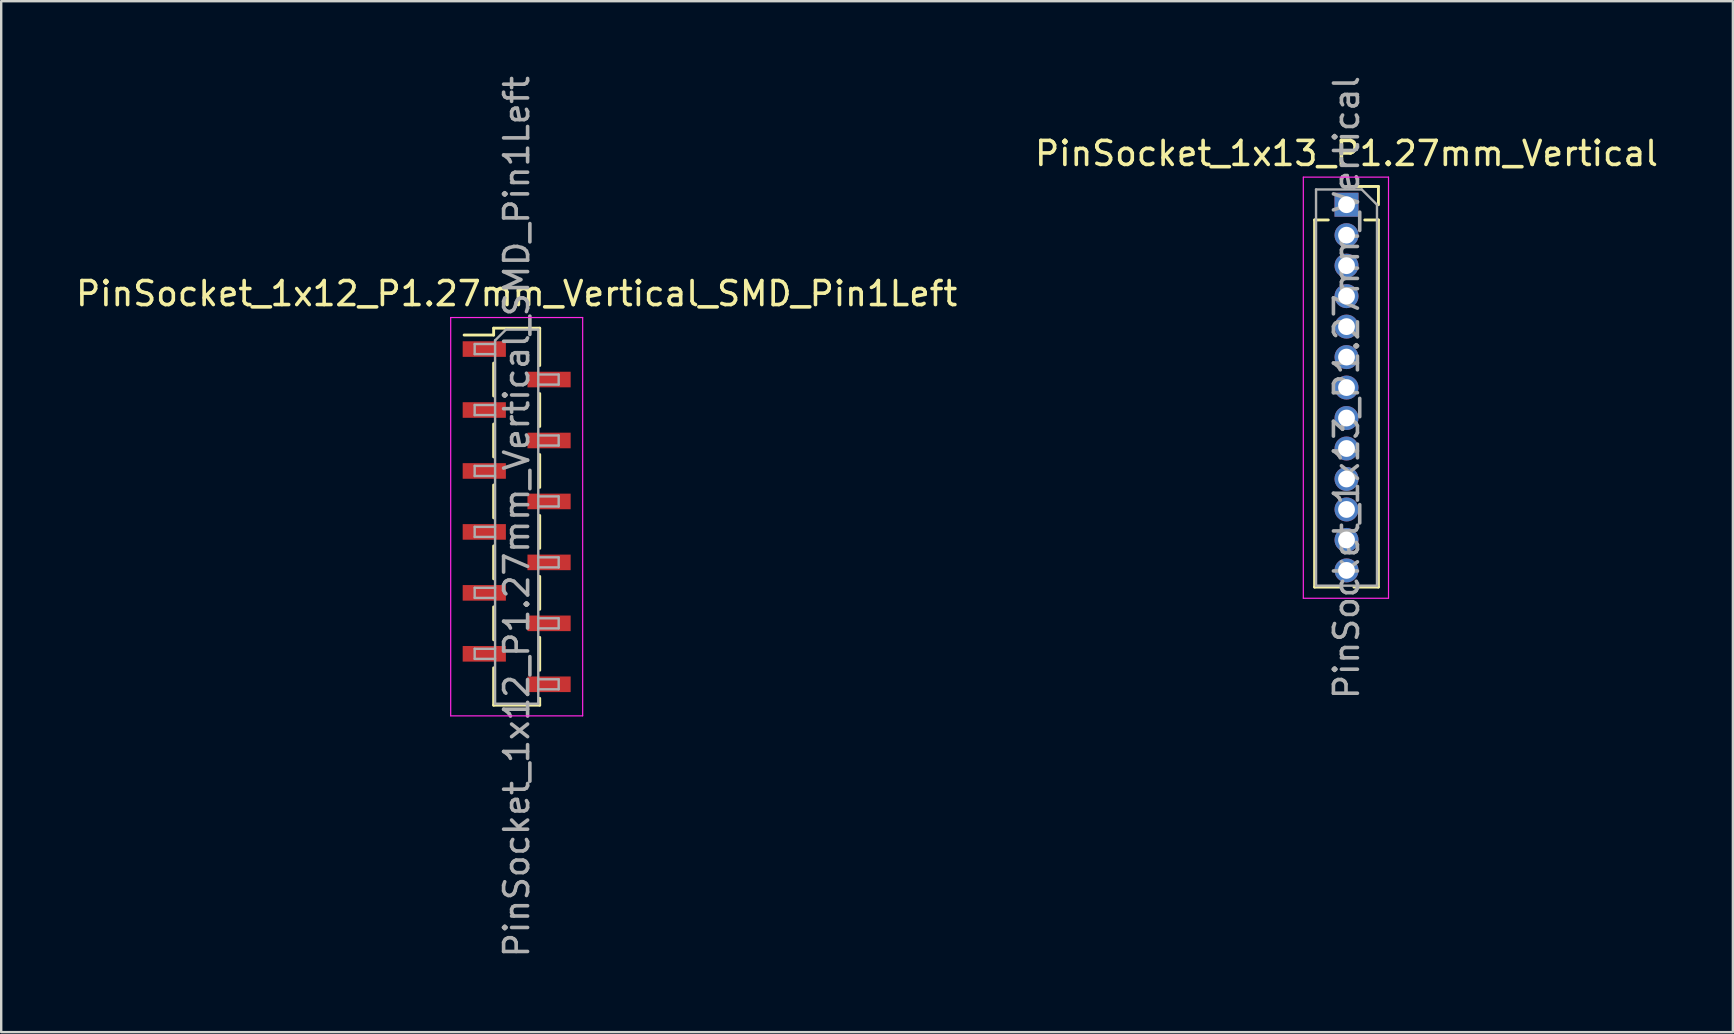
<source format=kicad_pcb>
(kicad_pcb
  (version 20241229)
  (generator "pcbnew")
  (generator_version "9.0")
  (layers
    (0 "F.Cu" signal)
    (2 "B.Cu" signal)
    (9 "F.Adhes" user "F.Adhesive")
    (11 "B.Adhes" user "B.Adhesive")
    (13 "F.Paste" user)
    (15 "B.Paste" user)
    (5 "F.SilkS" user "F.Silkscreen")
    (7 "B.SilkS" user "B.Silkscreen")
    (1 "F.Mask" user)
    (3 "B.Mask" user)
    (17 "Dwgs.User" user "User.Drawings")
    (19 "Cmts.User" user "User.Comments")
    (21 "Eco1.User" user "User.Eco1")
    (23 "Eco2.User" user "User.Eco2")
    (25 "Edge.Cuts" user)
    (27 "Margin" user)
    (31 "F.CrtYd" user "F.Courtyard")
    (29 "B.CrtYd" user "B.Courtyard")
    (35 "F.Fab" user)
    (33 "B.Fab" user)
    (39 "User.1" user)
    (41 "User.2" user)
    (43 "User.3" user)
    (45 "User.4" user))
  (footprint "PinSocket_1x12_P1.27mm_Vertical_SMD_Pin1Left"
    (layer "F.Cu")
    (at 18.482 18.482)
    (property "Reference" "PinSocket_1x12_P1.27mm_Vertical_SMD_Pin1Left" (at 0 -9.295 0) (layer "F.SilkS") (effects (font (size 1 1) (thickness 0.15))))
    (attr smd)
    (fp_line (start -2.19 -7.57) (end -0.96 -7.57) (stroke (width 0.12) (type solid)) (layer "F.SilkS"))
    (fp_line (start -0.96 -7.855) (end -0.96 -7.57) (stroke (width 0.12) (type solid)) (layer "F.SilkS"))
    (fp_line (start -0.96 -7.855) (end 0.96 -7.855) (stroke (width 0.12) (type solid)) (layer "F.SilkS"))
    (fp_line (start -0.96 -6.4) (end -0.96 -5.03) (stroke (width 0.12) (type solid)) (layer "F.SilkS"))
    (fp_line (start -0.96 -3.86) (end -0.96 -2.49) (stroke (width 0.12) (type solid)) (layer "F.SilkS"))
    (fp_line (start -0.96 -1.32) (end -0.96 0.05) (stroke (width 0.12) (type solid)) (layer "F.SilkS"))
    (fp_line (start -0.96 1.22) (end -0.96 2.59) (stroke (width 0.12) (type solid)) (layer "F.SilkS"))
    (fp_line (start -0.96 3.76) (end -0.96 5.13) (stroke (width 0.12) (type solid)) (layer "F.SilkS"))
    (fp_line (start -0.96 6.3) (end -0.96 7.855) (stroke (width 0.12) (type solid)) (layer "F.SilkS"))
    (fp_line (start -0.96 7.855) (end 0.96 7.855) (stroke (width 0.12) (type solid)) (layer "F.SilkS"))
    (fp_line (start 0.96 -7.855) (end 0.96 -6.3) (stroke (width 0.12) (type solid)) (layer "F.SilkS"))
    (fp_line (start 0.96 -5.13) (end 0.96 -3.76) (stroke (width 0.12) (type solid)) (layer "F.SilkS"))
    (fp_line (start 0.96 -2.59) (end 0.96 -1.22) (stroke (width 0.12) (type solid)) (layer "F.SilkS"))
    (fp_line (start 0.96 -0.05) (end 0.96 1.32) (stroke (width 0.12) (type solid)) (layer "F.SilkS"))
    (fp_line (start 0.96 2.49) (end 0.96 3.86) (stroke (width 0.12) (type solid)) (layer "F.SilkS"))
    (fp_line (start 0.96 5.03) (end 0.96 6.4) (stroke (width 0.12) (type solid)) (layer "F.SilkS"))
    (fp_line (start 0.96 7.57) (end 0.96 7.855) (stroke (width 0.12) (type solid)) (layer "F.SilkS"))
    (fp_line (start -2.75 -8.3) (end 2.75 -8.3) (stroke (width 0.05) (type solid)) (layer "F.CrtYd"))
    (fp_line (start -2.75 8.3) (end -2.75 -8.3) (stroke (width 0.05) (type solid)) (layer "F.CrtYd"))
    (fp_line (start 2.75 -8.3) (end 2.75 8.3) (stroke (width 0.05) (type solid)) (layer "F.CrtYd"))
    (fp_line (start 2.75 8.3) (end -2.75 8.3) (stroke (width 0.05) (type solid)) (layer "F.CrtYd"))
    (fp_line (start -1.75 -7.195) (end -0.9 -7.195) (stroke (width 0.1) (type solid)) (layer "F.Fab"))
    (fp_line (start -1.75 -6.775) (end -1.75 -7.195) (stroke (width 0.1) (type solid)) (layer "F.Fab"))
    (fp_line (start -1.75 -4.655) (end -0.9 -4.655) (stroke (width 0.1) (type solid)) (layer "F.Fab"))
    (fp_line (start -1.75 -4.235) (end -1.75 -4.655) (stroke (width 0.1) (type solid)) (layer "F.Fab"))
    (fp_line (start -1.75 -2.115) (end -0.9 -2.115) (stroke (width 0.1) (type solid)) (layer "F.Fab"))
    (fp_line (start -1.75 -1.695) (end -1.75 -2.115) (stroke (width 0.1) (type solid)) (layer "F.Fab"))
    (fp_line (start -1.75 0.425) (end -0.9 0.425) (stroke (width 0.1) (type solid)) (layer "F.Fab"))
    (fp_line (start -1.75 0.845) (end -1.75 0.425) (stroke (width 0.1) (type solid)) (layer "F.Fab"))
    (fp_line (start -1.75 2.965) (end -0.9 2.965) (stroke (width 0.1) (type solid)) (layer "F.Fab"))
    (fp_line (start -1.75 3.385) (end -1.75 2.965) (stroke (width 0.1) (type solid)) (layer "F.Fab"))
    (fp_line (start -1.75 5.505) (end -0.9 5.505) (stroke (width 0.1) (type solid)) (layer "F.Fab"))
    (fp_line (start -1.75 5.925) (end -1.75 5.505) (stroke (width 0.1) (type solid)) (layer "F.Fab"))
    (fp_line (start -0.9 -7.345) (end -0.45 -7.795) (stroke (width 0.1) (type solid)) (layer "F.Fab"))
    (fp_line (start -0.9 -6.775) (end -1.75 -6.775) (stroke (width 0.1) (type solid)) (layer "F.Fab"))
    (fp_line (start -0.9 -4.235) (end -1.75 -4.235) (stroke (width 0.1) (type solid)) (layer "F.Fab"))
    (fp_line (start -0.9 -1.695) (end -1.75 -1.695) (stroke (width 0.1) (type solid)) (layer "F.Fab"))
    (fp_line (start -0.9 0.845) (end -1.75 0.845) (stroke (width 0.1) (type solid)) (layer "F.Fab"))
    (fp_line (start -0.9 3.385) (end -1.75 3.385) (stroke (width 0.1) (type solid)) (layer "F.Fab"))
    (fp_line (start -0.9 5.925) (end -1.75 5.925) (stroke (width 0.1) (type solid)) (layer "F.Fab"))
    (fp_line (start -0.9 7.795) (end -0.9 -7.345) (stroke (width 0.1) (type solid)) (layer "F.Fab"))
    (fp_line (start -0.45 -7.795) (end 0.9 -7.795) (stroke (width 0.1) (type solid)) (layer "F.Fab"))
    (fp_line (start 0.9 -7.795) (end 0.9 7.795) (stroke (width 0.1) (type solid)) (layer "F.Fab"))
    (fp_line (start 0.9 -5.925) (end 1.75 -5.925) (stroke (width 0.1) (type solid)) (layer "F.Fab"))
    (fp_line (start 0.9 -3.385) (end 1.75 -3.385) (stroke (width 0.1) (type solid)) (layer "F.Fab"))
    (fp_line (start 0.9 -0.845) (end 1.75 -0.845) (stroke (width 0.1) (type solid)) (layer "F.Fab"))
    (fp_line (start 0.9 1.695) (end 1.75 1.695) (stroke (width 0.1) (type solid)) (layer "F.Fab"))
    (fp_line (start 0.9 4.235) (end 1.75 4.235) (stroke (width 0.1) (type solid)) (layer "F.Fab"))
    (fp_line (start 0.9 6.775) (end 1.75 6.775) (stroke (width 0.1) (type solid)) (layer "F.Fab"))
    (fp_line (start 0.9 7.795) (end -0.9 7.795) (stroke (width 0.1) (type solid)) (layer "F.Fab"))
    (fp_line (start 1.75 -5.925) (end 1.75 -5.505) (stroke (width 0.1) (type solid)) (layer "F.Fab"))
    (fp_line (start 1.75 -5.505) (end 0.9 -5.505) (stroke (width 0.1) (type solid)) (layer "F.Fab"))
    (fp_line (start 1.75 -3.385) (end 1.75 -2.965) (stroke (width 0.1) (type solid)) (layer "F.Fab"))
    (fp_line (start 1.75 -2.965) (end 0.9 -2.965) (stroke (width 0.1) (type solid)) (layer "F.Fab"))
    (fp_line (start 1.75 -0.845) (end 1.75 -0.425) (stroke (width 0.1) (type solid)) (layer "F.Fab"))
    (fp_line (start 1.75 -0.425) (end 0.9 -0.425) (stroke (width 0.1) (type solid)) (layer "F.Fab"))
    (fp_line (start 1.75 1.695) (end 1.75 2.115) (stroke (width 0.1) (type solid)) (layer "F.Fab"))
    (fp_line (start 1.75 2.115) (end 0.9 2.115) (stroke (width 0.1) (type solid)) (layer "F.Fab"))
    (fp_line (start 1.75 4.235) (end 1.75 4.655) (stroke (width 0.1) (type solid)) (layer "F.Fab"))
    (fp_line (start 1.75 4.655) (end 0.9 4.655) (stroke (width 0.1) (type solid)) (layer "F.Fab"))
    (fp_line (start 1.75 6.775) (end 1.75 7.195) (stroke (width 0.1) (type solid)) (layer "F.Fab"))
    (fp_line (start 1.75 7.195) (end 0.9 7.195) (stroke (width 0.1) (type solid)) (layer "F.Fab"))
    (fp_text user "${REFERENCE}" (at 0 0 90) (layer "F.Fab") (effects (font (size 1 1) (thickness 0.15))))
    (pad "1" smd rect (at -1.35 -6.985) (size 1.8 0.65) (layers "F.Cu" "F.Mask" "F.Paste"))
    (pad "2" smd rect (at 1.35 -5.715) (size 1.8 0.65) (layers "F.Cu" "F.Mask" "F.Paste"))
    (pad "3" smd rect (at -1.35 -4.445) (size 1.8 0.65) (layers "F.Cu" "F.Mask" "F.Paste"))
    (pad "4" smd rect (at 1.35 -3.175) (size 1.8 0.65) (layers "F.Cu" "F.Mask" "F.Paste"))
    (pad "5" smd rect (at -1.35 -1.905) (size 1.8 0.65) (layers "F.Cu" "F.Mask" "F.Paste"))
    (pad "6" smd rect (at 1.35 -0.635) (size 1.8 0.65) (layers "F.Cu" "F.Mask" "F.Paste"))
    (pad "7" smd rect (at -1.35 0.635) (size 1.8 0.65) (layers "F.Cu" "F.Mask" "F.Paste"))
    (pad "8" smd rect (at 1.35 1.905) (size 1.8 0.65) (layers "F.Cu" "F.Mask" "F.Paste"))
    (pad "9" smd rect (at -1.35 3.175) (size 1.8 0.65) (layers "F.Cu" "F.Mask" "F.Paste"))
    (pad "10" smd rect (at 1.35 4.445) (size 1.8 0.65) (layers "F.Cu" "F.Mask" "F.Paste"))
    (pad "11" smd rect (at -1.35 5.715) (size 1.8 0.65) (layers "F.Cu" "F.Mask" "F.Paste"))
    (pad "12" smd rect (at 1.35 6.985) (size 1.8 0.65) (layers "F.Cu" "F.Mask" "F.Paste")))
  (footprint "PinSocket_1x13_P1.27mm_Vertical"
    (layer "F.Cu")
    (at 53.065 5.481)
    (property "Reference" "PinSocket_1x13_P1.27mm_Vertical" (at 0 -2.135 0) (layer "F.SilkS") (effects (font (size 1 1) (thickness 0.15))))
    (attr through_hole)
    (fp_line (start -1.33 0.635) (end -1.33 15.935) (stroke (width 0.12) (type solid)) (layer "F.SilkS"))
    (fp_line (start -1.33 0.635) (end -0.76 0.635) (stroke (width 0.12) (type solid)) (layer "F.SilkS"))
    (fp_line (start -1.33 15.935) (end -0.308 15.935) (stroke (width 0.12) (type solid)) (layer "F.SilkS"))
    (fp_line (start 0 -0.76) (end 1.33 -0.76) (stroke (width 0.12) (type solid)) (layer "F.SilkS"))
    (fp_line (start 0.308 15.935) (end 1.33 15.935) (stroke (width 0.12) (type solid)) (layer "F.SilkS"))
    (fp_line (start 0.76 0.635) (end 1.33 0.635) (stroke (width 0.12) (type solid)) (layer "F.SilkS"))
    (fp_line (start 1.33 -0.76) (end 1.33 0) (stroke (width 0.12) (type solid)) (layer "F.SilkS"))
    (fp_line (start 1.33 0.635) (end 1.33 15.935) (stroke (width 0.12) (type solid)) (layer "F.SilkS"))
    (fp_line (start -1.8 -1.15) (end 1.75 -1.15) (stroke (width 0.05) (type solid)) (layer "F.CrtYd"))
    (fp_line (start -1.8 16.4) (end -1.8 -1.15) (stroke (width 0.05) (type solid)) (layer "F.CrtYd"))
    (fp_line (start 1.75 -1.15) (end 1.75 16.4) (stroke (width 0.05) (type solid)) (layer "F.CrtYd"))
    (fp_line (start 1.75 16.4) (end -1.8 16.4) (stroke (width 0.05) (type solid)) (layer "F.CrtYd"))
    (fp_line (start -1.27 -0.635) (end 0.635 -0.635) (stroke (width 0.1) (type solid)) (layer "F.Fab"))
    (fp_line (start -1.27 15.875) (end -1.27 -0.635) (stroke (width 0.1) (type solid)) (layer "F.Fab"))
    (fp_line (start 0.635 -0.635) (end 1.27 0) (stroke (width 0.1) (type solid)) (layer "F.Fab"))
    (fp_line (start 1.27 0) (end 1.27 15.875) (stroke (width 0.1) (type solid)) (layer "F.Fab"))
    (fp_line (start 1.27 15.875) (end -1.27 15.875) (stroke (width 0.1) (type solid)) (layer "F.Fab"))
    (fp_text user "${REFERENCE}" (at 0 7.62 90) (layer "F.Fab") (effects (font (size 1 1) (thickness 0.15))))
    (pad "1" thru_hole rect (at 0 0) (size 1 1) (drill 0.7) (layers "*.Cu" "*.Mask"))
    (pad "2" thru_hole oval (at 0 1.27) (size 1 1) (drill 0.7) (layers "*.Cu" "*.Mask"))
    (pad "3" thru_hole oval (at 0 2.54) (size 1 1) (drill 0.7) (layers "*.Cu" "*.Mask"))
    (pad "4" thru_hole oval (at 0 3.81) (size 1 1) (drill 0.7) (layers "*.Cu" "*.Mask"))
    (pad "5" thru_hole oval (at 0 5.08) (size 1 1) (drill 0.7) (layers "*.Cu" "*.Mask"))
    (pad "6" thru_hole oval (at 0 6.35) (size 1 1) (drill 0.7) (layers "*.Cu" "*.Mask"))
    (pad "7" thru_hole oval (at 0 7.62) (size 1 1) (drill 0.7) (layers "*.Cu" "*.Mask"))
    (pad "8" thru_hole oval (at 0 8.89) (size 1 1) (drill 0.7) (layers "*.Cu" "*.Mask"))
    (pad "9" thru_hole oval (at 0 10.16) (size 1 1) (drill 0.7) (layers "*.Cu" "*.Mask"))
    (pad "10" thru_hole oval (at 0 11.43) (size 1 1) (drill 0.7) (layers "*.Cu" "*.Mask"))
    (pad "11" thru_hole oval (at 0 12.7) (size 1 1) (drill 0.7) (layers "*.Cu" "*.Mask"))
    (pad "12" thru_hole oval (at 0 13.97) (size 1 1) (drill 0.7) (layers "*.Cu" "*.Mask"))
    (pad "13" thru_hole oval (at 0 15.24) (size 1 1) (drill 0.7) (layers "*.Cu" "*.Mask")))
  (gr_rect
    (start -3 -3)
    (end 69.167 39.964)
    (stroke (width 0.1) (type default))
    (fill no)
    (layer "Edge.Cuts")))
</source>
